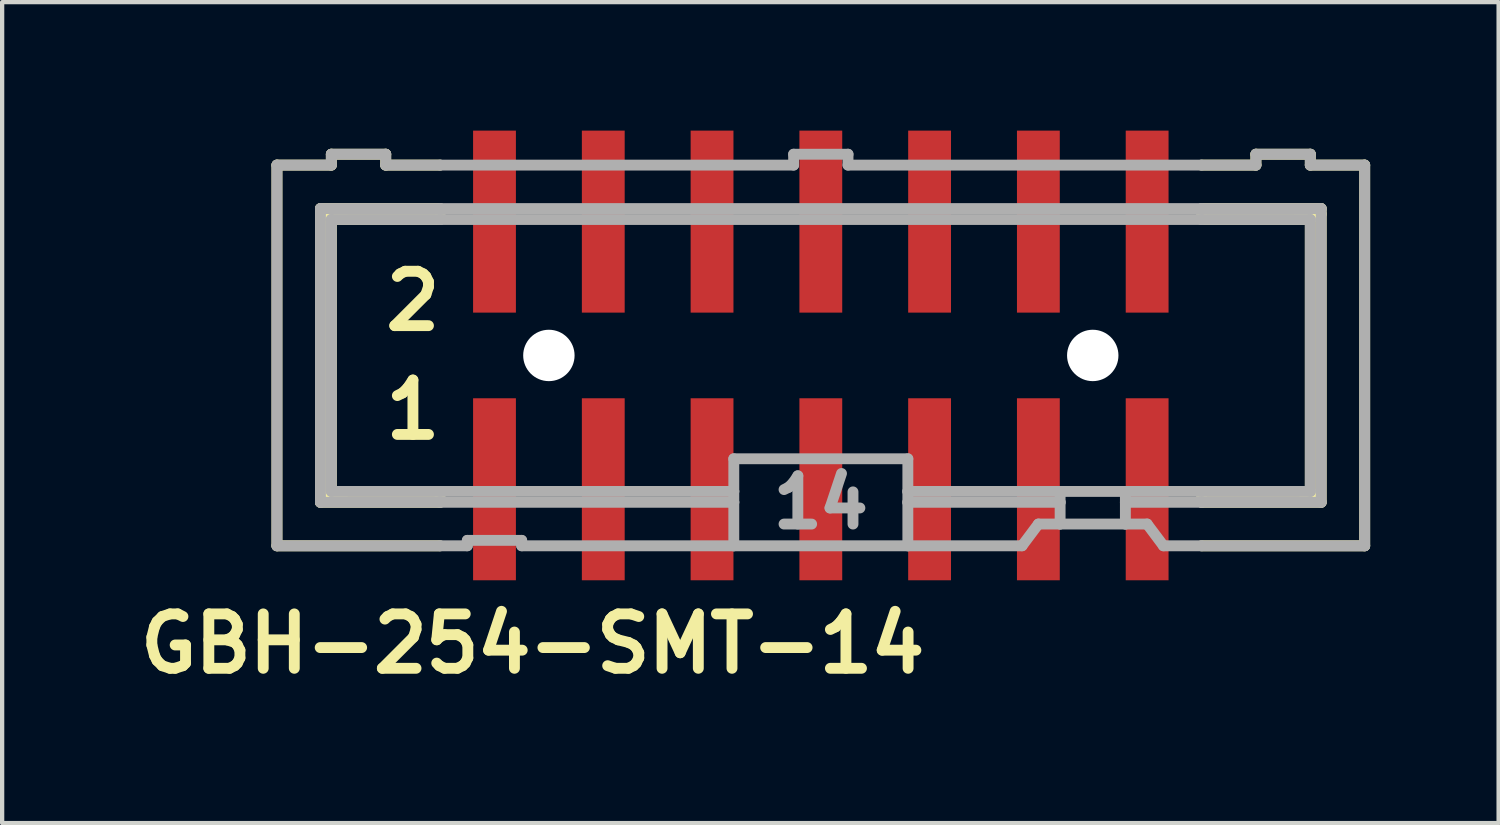
<source format=kicad_pcb>
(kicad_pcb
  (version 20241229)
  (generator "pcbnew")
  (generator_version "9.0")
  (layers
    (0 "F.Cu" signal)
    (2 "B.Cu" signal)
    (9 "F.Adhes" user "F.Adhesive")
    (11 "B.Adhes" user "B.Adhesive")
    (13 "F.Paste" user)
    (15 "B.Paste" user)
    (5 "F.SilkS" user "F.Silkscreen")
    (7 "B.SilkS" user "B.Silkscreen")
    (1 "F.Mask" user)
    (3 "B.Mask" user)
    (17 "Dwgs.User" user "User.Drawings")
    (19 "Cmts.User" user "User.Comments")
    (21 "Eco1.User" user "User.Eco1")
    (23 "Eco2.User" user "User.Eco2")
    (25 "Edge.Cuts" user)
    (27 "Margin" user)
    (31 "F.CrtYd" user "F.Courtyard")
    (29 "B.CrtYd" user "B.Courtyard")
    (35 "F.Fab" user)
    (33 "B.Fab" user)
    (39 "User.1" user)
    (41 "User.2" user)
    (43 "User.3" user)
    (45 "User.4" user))
  (footprint "GBH-254-SMT-14"
    (layer "F.Cu")
    (at 16.117 5.25)
    (property "Reference" "GBH-254-SMT-14" (at -6.731 6.731 0) (layer "F.SilkS") (effects (font (size 1.27 1.27) (thickness 0.254))))
    (attr smd)
    (fp_line (start -12.7 -4.445) (end -12.7 4.445) (stroke (width 0.254) (type solid)) (layer "F.SilkS"))
    (fp_line (start -12.7 -4.445) (end -11.43 -4.445) (stroke (width 0.254) (type solid)) (layer "F.SilkS"))
    (fp_line (start -11.684 -3.429) (end -11.684 3.429) (stroke (width 0.254) (type solid)) (layer "F.SilkS"))
    (fp_line (start -11.684 3.429) (end -8.89 3.429) (stroke (width 0.254) (type solid)) (layer "F.SilkS"))
    (fp_line (start -11.43 -4.699) (end -11.43 -4.445) (stroke (width 0.254) (type solid)) (layer "F.SilkS"))
    (fp_line (start -11.43 -3.175) (end -11.43 3.175) (stroke (width 0.254) (type solid)) (layer "F.SilkS"))
    (fp_line (start -11.43 -3.175) (end -8.89 -3.175) (stroke (width 0.254) (type solid)) (layer "F.SilkS"))
    (fp_line (start -11.176 -3.302) (end -11.557 -3.302) (stroke (width 0.254) (type solid)) (layer "F.SilkS"))
    (fp_line (start -11.176 3.302) (end -11.557 3.302) (stroke (width 0.254) (type solid)) (layer "F.SilkS"))
    (fp_line (start -10.16 -4.699) (end -11.43 -4.699) (stroke (width 0.254) (type solid)) (layer "F.SilkS"))
    (fp_line (start -10.16 -4.699) (end -10.16 -4.445) (stroke (width 0.254) (type solid)) (layer "F.SilkS"))
    (fp_line (start -10.16 -4.445) (end -8.89 -4.445) (stroke (width 0.254) (type solid)) (layer "F.SilkS"))
    (fp_line (start -8.89 -3.429) (end -11.684 -3.429) (stroke (width 0.254) (type solid)) (layer "F.SilkS"))
    (fp_line (start -8.89 -3.175) (end -8.89 -3.429) (stroke (width 0.254) (type solid)) (layer "F.SilkS"))
    (fp_line (start -8.89 3.175) (end -11.43 3.175) (stroke (width 0.254) (type solid)) (layer "F.SilkS"))
    (fp_line (start -8.89 3.429) (end -8.89 3.175) (stroke (width 0.254) (type solid)) (layer "F.SilkS"))
    (fp_line (start -8.89 4.445) (end -12.7 4.445) (stroke (width 0.254) (type solid)) (layer "F.SilkS"))
    (fp_line (start 8.89 -4.445) (end 10.16 -4.445) (stroke (width 0.254) (type solid)) (layer "F.SilkS"))
    (fp_line (start 8.89 -3.175) (end 8.89 -3.429) (stroke (width 0.254) (type solid)) (layer "F.SilkS"))
    (fp_line (start 8.89 -3.175) (end 11.43 -3.175) (stroke (width 0.254) (type solid)) (layer "F.SilkS"))
    (fp_line (start 8.89 3.429) (end 8.89 3.175) (stroke (width 0.254) (type solid)) (layer "F.SilkS"))
    (fp_line (start 8.89 3.429) (end 11.684 3.429) (stroke (width 0.254) (type solid)) (layer "F.SilkS"))
    (fp_line (start 10.16 -4.445) (end 10.16 -4.699) (stroke (width 0.254) (type solid)) (layer "F.SilkS"))
    (fp_line (start 11.176 -3.302) (end 11.684 -3.302) (stroke (width 0.254) (type solid)) (layer "F.SilkS"))
    (fp_line (start 11.303 3.302) (end 11.557 3.302) (stroke (width 0.254) (type solid)) (layer "F.SilkS"))
    (fp_line (start 11.43 -4.699) (end 10.16 -4.699) (stroke (width 0.254) (type solid)) (layer "F.SilkS"))
    (fp_line (start 11.43 -4.445) (end 11.43 -4.699) (stroke (width 0.254) (type solid)) (layer "F.SilkS"))
    (fp_line (start 11.43 -4.445) (end 12.7 -4.445) (stroke (width 0.254) (type solid)) (layer "F.SilkS"))
    (fp_line (start 11.43 3.175) (end 8.89 3.175) (stroke (width 0.254) (type solid)) (layer "F.SilkS"))
    (fp_line (start 11.43 3.175) (end 11.43 -3.175) (stroke (width 0.254) (type solid)) (layer "F.SilkS"))
    (fp_line (start 11.684 -3.429) (end 8.89 -3.429) (stroke (width 0.254) (type solid)) (layer "F.SilkS"))
    (fp_line (start 11.684 3.429) (end 11.684 -3.429) (stroke (width 0.254) (type solid)) (layer "F.SilkS"))
    (fp_line (start 12.7 4.445) (end 8.89 4.445) (stroke (width 0.254) (type solid)) (layer "F.SilkS"))
    (fp_line (start 12.7 4.445) (end 12.7 -4.445) (stroke (width 0.254) (type solid)) (layer "F.SilkS"))
    (fp_line (start -12.7 -4.445) (end -12.7 4.445) (stroke (width 0.254) (type solid)) (layer "F.Fab"))
    (fp_line (start -12.7 -4.445) (end -11.43 -4.445) (stroke (width 0.254) (type solid)) (layer "F.Fab"))
    (fp_line (start -11.684 -3.429) (end -11.684 3.429) (stroke (width 0.254) (type solid)) (layer "F.Fab"))
    (fp_line (start -11.684 3.429) (end -8.89 3.429) (stroke (width 0.254) (type solid)) (layer "F.Fab"))
    (fp_line (start -11.43 -4.699) (end -11.43 -4.445) (stroke (width 0.254) (type solid)) (layer "F.Fab"))
    (fp_line (start -11.43 -3.175) (end -11.43 3.175) (stroke (width 0.254) (type solid)) (layer "F.Fab"))
    (fp_line (start -11.43 -3.175) (end -8.89 -3.175) (stroke (width 0.254) (type solid)) (layer "F.Fab"))
    (fp_line (start -10.16 -4.699) (end -11.43 -4.699) (stroke (width 0.254) (type solid)) (layer "F.Fab"))
    (fp_line (start -10.16 -4.699) (end -10.16 -4.445) (stroke (width 0.254) (type solid)) (layer "F.Fab"))
    (fp_line (start -10.16 -4.445) (end -8.89 -4.445) (stroke (width 0.254) (type solid)) (layer "F.Fab"))
    (fp_line (start -8.89 -4.445) (end -0.635 -4.445) (stroke (width 0.254) (type solid)) (layer "F.Fab"))
    (fp_line (start -8.89 -3.429) (end -11.684 -3.429) (stroke (width 0.254) (type solid)) (layer "F.Fab"))
    (fp_line (start -8.89 -3.175) (end 8.89 -3.175) (stroke (width 0.254) (type solid)) (layer "F.Fab"))
    (fp_line (start -8.89 3.175) (end -11.43 3.175) (stroke (width 0.254) (type solid)) (layer "F.Fab"))
    (fp_line (start -8.89 3.429) (end -2.032 3.429) (stroke (width 0.254) (type solid)) (layer "F.Fab"))
    (fp_line (start -8.89 4.445) (end -12.7 4.445) (stroke (width 0.254) (type solid)) (layer "F.Fab"))
    (fp_line (start -8.255 4.445) (end -8.89 4.445) (stroke (width 0.254) (type solid)) (layer "F.Fab"))
    (fp_line (start -8.255 4.445) (end -8.255 4.318) (stroke (width 0.254) (type solid)) (layer "F.Fab"))
    (fp_line (start -6.985 4.318) (end -8.255 4.318) (stroke (width 0.254) (type solid)) (layer "F.Fab"))
    (fp_line (start -6.985 4.318) (end -6.985 4.445) (stroke (width 0.254) (type solid)) (layer "F.Fab"))
    (fp_line (start -2.032 3.175) (end -8.89 3.175) (stroke (width 0.254) (type solid)) (layer "F.Fab"))
    (fp_line (start -2.032 3.175) (end -2.032 2.413) (stroke (width 0.254) (type solid)) (layer "F.Fab"))
    (fp_line (start -2.032 3.175) (end -2.032 3.429) (stroke (width 0.254) (type solid)) (layer "F.Fab"))
    (fp_line (start -2.032 3.429) (end -2.032 4.445) (stroke (width 0.254) (type solid)) (layer "F.Fab"))
    (fp_line (start -2.032 4.445) (end -6.985 4.445) (stroke (width 0.254) (type solid)) (layer "F.Fab"))
    (fp_line (start -0.635 -4.699) (end -0.635 -4.445) (stroke (width 0.254) (type solid)) (layer "F.Fab"))
    (fp_line (start 0.635 -4.699) (end -0.635 -4.699) (stroke (width 0.254) (type solid)) (layer "F.Fab"))
    (fp_line (start 0.635 -4.699) (end 0.635 -4.445) (stroke (width 0.254) (type solid)) (layer "F.Fab"))
    (fp_line (start 0.635 -4.445) (end 8.89 -4.445) (stroke (width 0.254) (type solid)) (layer "F.Fab"))
    (fp_line (start 2.032 2.413) (end -2.032 2.413) (stroke (width 0.254) (type solid)) (layer "F.Fab"))
    (fp_line (start 2.032 2.413) (end 2.032 3.175) (stroke (width 0.254) (type solid)) (layer "F.Fab"))
    (fp_line (start 2.032 3.175) (end 2.032 3.429) (stroke (width 0.254) (type solid)) (layer "F.Fab"))
    (fp_line (start 2.032 3.429) (end 2.032 4.445) (stroke (width 0.254) (type solid)) (layer "F.Fab"))
    (fp_line (start 2.032 4.445) (end -2.032 4.445) (stroke (width 0.254) (type solid)) (layer "F.Fab"))
    (fp_line (start 4.699 4.445) (end 2.032 4.445) (stroke (width 0.254) (type solid)) (layer "F.Fab"))
    (fp_line (start 4.699 4.445) (end 5.08 3.937) (stroke (width 0.254) (type solid)) (layer "F.Fab"))
    (fp_line (start 5.588 3.175) (end 2.032 3.175) (stroke (width 0.254) (type solid)) (layer "F.Fab"))
    (fp_line (start 5.588 3.175) (end 5.588 3.429) (stroke (width 0.254) (type solid)) (layer "F.Fab"))
    (fp_line (start 5.588 3.429) (end 2.032 3.429) (stroke (width 0.254) (type solid)) (layer "F.Fab"))
    (fp_line (start 5.588 3.429) (end 5.588 3.937) (stroke (width 0.254) (type solid)) (layer "F.Fab"))
    (fp_line (start 5.588 3.937) (end 5.08 3.937) (stroke (width 0.254) (type solid)) (layer "F.Fab"))
    (fp_line (start 7.112 3.175) (end 5.588 3.175) (stroke (width 0.254) (type solid)) (layer "F.Fab"))
    (fp_line (start 7.112 3.175) (end 7.112 3.429) (stroke (width 0.254) (type solid)) (layer "F.Fab"))
    (fp_line (start 7.112 3.429) (end 7.112 3.937) (stroke (width 0.254) (type solid)) (layer "F.Fab"))
    (fp_line (start 7.112 3.429) (end 8.89 3.429) (stroke (width 0.254) (type solid)) (layer "F.Fab"))
    (fp_line (start 7.112 3.937) (end 5.588 3.937) (stroke (width 0.254) (type solid)) (layer "F.Fab"))
    (fp_line (start 7.62 3.937) (end 7.112 3.937) (stroke (width 0.254) (type solid)) (layer "F.Fab"))
    (fp_line (start 7.62 3.937) (end 8.001 4.445) (stroke (width 0.254) (type solid)) (layer "F.Fab"))
    (fp_line (start 8.89 -4.445) (end 10.16 -4.445) (stroke (width 0.254) (type solid)) (layer "F.Fab"))
    (fp_line (start 8.89 -3.429) (end -8.89 -3.429) (stroke (width 0.254) (type solid)) (layer "F.Fab"))
    (fp_line (start 8.89 -3.175) (end 11.43 -3.175) (stroke (width 0.254) (type solid)) (layer "F.Fab"))
    (fp_line (start 8.89 3.175) (end 7.112 3.175) (stroke (width 0.254) (type solid)) (layer "F.Fab"))
    (fp_line (start 8.89 3.429) (end 11.684 3.429) (stroke (width 0.254) (type solid)) (layer "F.Fab"))
    (fp_line (start 8.89 4.445) (end 8.001 4.445) (stroke (width 0.254) (type solid)) (layer "F.Fab"))
    (fp_line (start 10.16 -4.445) (end 10.16 -4.699) (stroke (width 0.254) (type solid)) (layer "F.Fab"))
    (fp_line (start 11.43 -4.699) (end 10.16 -4.699) (stroke (width 0.254) (type solid)) (layer "F.Fab"))
    (fp_line (start 11.43 -4.445) (end 11.43 -4.699) (stroke (width 0.254) (type solid)) (layer "F.Fab"))
    (fp_line (start 11.43 -4.445) (end 12.7 -4.445) (stroke (width 0.254) (type solid)) (layer "F.Fab"))
    (fp_line (start 11.43 3.175) (end 8.89 3.175) (stroke (width 0.254) (type solid)) (layer "F.Fab"))
    (fp_line (start 11.43 3.175) (end 11.43 -3.175) (stroke (width 0.254) (type solid)) (layer "F.Fab"))
    (fp_line (start 11.684 -3.429) (end 8.89 -3.429) (stroke (width 0.254) (type solid)) (layer "F.Fab"))
    (fp_line (start 11.684 3.429) (end 11.684 -3.429) (stroke (width 0.254) (type solid)) (layer "F.Fab"))
    (fp_line (start 12.7 4.445) (end 8.89 4.445) (stroke (width 0.254) (type solid)) (layer "F.Fab"))
    (fp_line (start 12.7 4.445) (end 12.7 -4.445) (stroke (width 0.254) (type solid)) (layer "F.Fab"))
    (fp_text user "2" (at -9.525 -1.27 0) (layer "F.SilkS") (effects (font (size 1.27 1.27) (thickness 0.254))))
    (fp_text user "1" (at -9.525 1.27 0) (layer "F.SilkS") (effects (font (size 1.27 1.27) (thickness 0.254))))
    (fp_text user "14" (at 0 3.429 0) (layer "F.Fab") (effects (font (size 1.127 1.127) (thickness 0.254))))
    (pad "" smd trapezoid (at -7.62 -3.125) (size 1.7 4.25) (layers "F.Paste"))
    (pad "" smd trapezoid (at -7.62 3.125) (size 1.7 4.25) (layers "F.Paste"))
    (pad "" np_thru_hole circle (at -6.35 0) (size 1.2 1.2) (drill 1.2) (layers "*.Cu" "*.Mask"))
    (pad "" smd trapezoid (at -5.08 -3.125) (size 1.7 4.25) (layers "F.Paste"))
    (pad "" smd trapezoid (at -5.08 3.125) (size 1.7 4.25) (layers "F.Paste"))
    (pad "" smd trapezoid (at -2.54 -3.125) (size 1.7 4.25) (layers "F.Paste"))
    (pad "" smd trapezoid (at -2.54 3.125) (size 1.7 4.25) (layers "F.Paste"))
    (pad "" smd trapezoid (at 0 -3.125) (size 1.7 4.25) (layers "F.Paste"))
    (pad "" smd trapezoid (at 0 3.125) (size 1.7 4.25) (layers "F.Paste"))
    (pad "" smd trapezoid (at 2.54 -3.125) (size 1.7 4.25) (layers "F.Paste"))
    (pad "" smd trapezoid (at 2.54 3.125) (size 1.7 4.25) (layers "F.Paste"))
    (pad "" smd trapezoid (at 5.08 -3.125) (size 1.7 4.25) (layers "F.Paste"))
    (pad "" smd trapezoid (at 5.08 3.125) (size 1.7 4.25) (layers "F.Paste"))
    (pad "" np_thru_hole circle (at 6.35 0) (size 1.2 1.2) (drill 1.2) (layers "*.Cu" "*.Mask"))
    (pad "" smd trapezoid (at 7.62 -3.125) (size 1.7 4.25) (layers "F.Paste"))
    (pad "" smd trapezoid (at 7.62 3.125) (size 1.7 4.25) (layers "F.Paste"))
    (pad "1" smd rect (at -7.62 3.125 90) (size 4.25 1) (layers "F.Cu" "F.Mask"))
    (pad "2" smd rect (at -7.62 -3.125 90) (size 4.25 1) (layers "F.Cu" "F.Mask"))
    (pad "3" smd rect (at -5.08 3.125 90) (size 4.25 1) (layers "F.Cu" "F.Mask"))
    (pad "4" smd rect (at -5.08 -3.125 90) (size 4.25 1) (layers "F.Cu" "F.Mask"))
    (pad "5" smd rect (at -2.54 3.125 90) (size 4.25 1) (layers "F.Cu" "F.Mask"))
    (pad "6" smd rect (at -2.54 -3.125 90) (size 4.25 1) (layers "F.Cu" "F.Mask"))
    (pad "7" smd rect (at 0 3.125 90) (size 4.25 1) (layers "F.Cu" "F.Mask"))
    (pad "8" smd rect (at 0 -3.125 90) (size 4.25 1) (layers "F.Cu" "F.Mask"))
    (pad "9" smd rect (at 2.54 3.125 90) (size 4.25 1) (layers "F.Cu" "F.Mask"))
    (pad "10" smd rect (at 2.54 -3.125 90) (size 4.25 1) (layers "F.Cu" "F.Mask"))
    (pad "11" smd rect (at 5.08 3.125 90) (size 4.25 1) (layers "F.Cu" "F.Mask"))
    (pad "12" smd rect (at 5.08 -3.125 90) (size 4.25 1) (layers "F.Cu" "F.Mask"))
    (pad "13" smd rect (at 7.62 3.125 90) (size 4.25 1) (layers "F.Cu" "F.Mask"))
    (pad "14" smd rect (at 7.62 -3.125 90) (size 4.25 1) (layers "F.Cu" "F.Mask")))
  (gr_rect
    (start -3 -3)
    (end 31.944 16.17)
    (stroke (width 0.1) (type default))
    (fill no)
    (layer "Edge.Cuts")))
</source>
